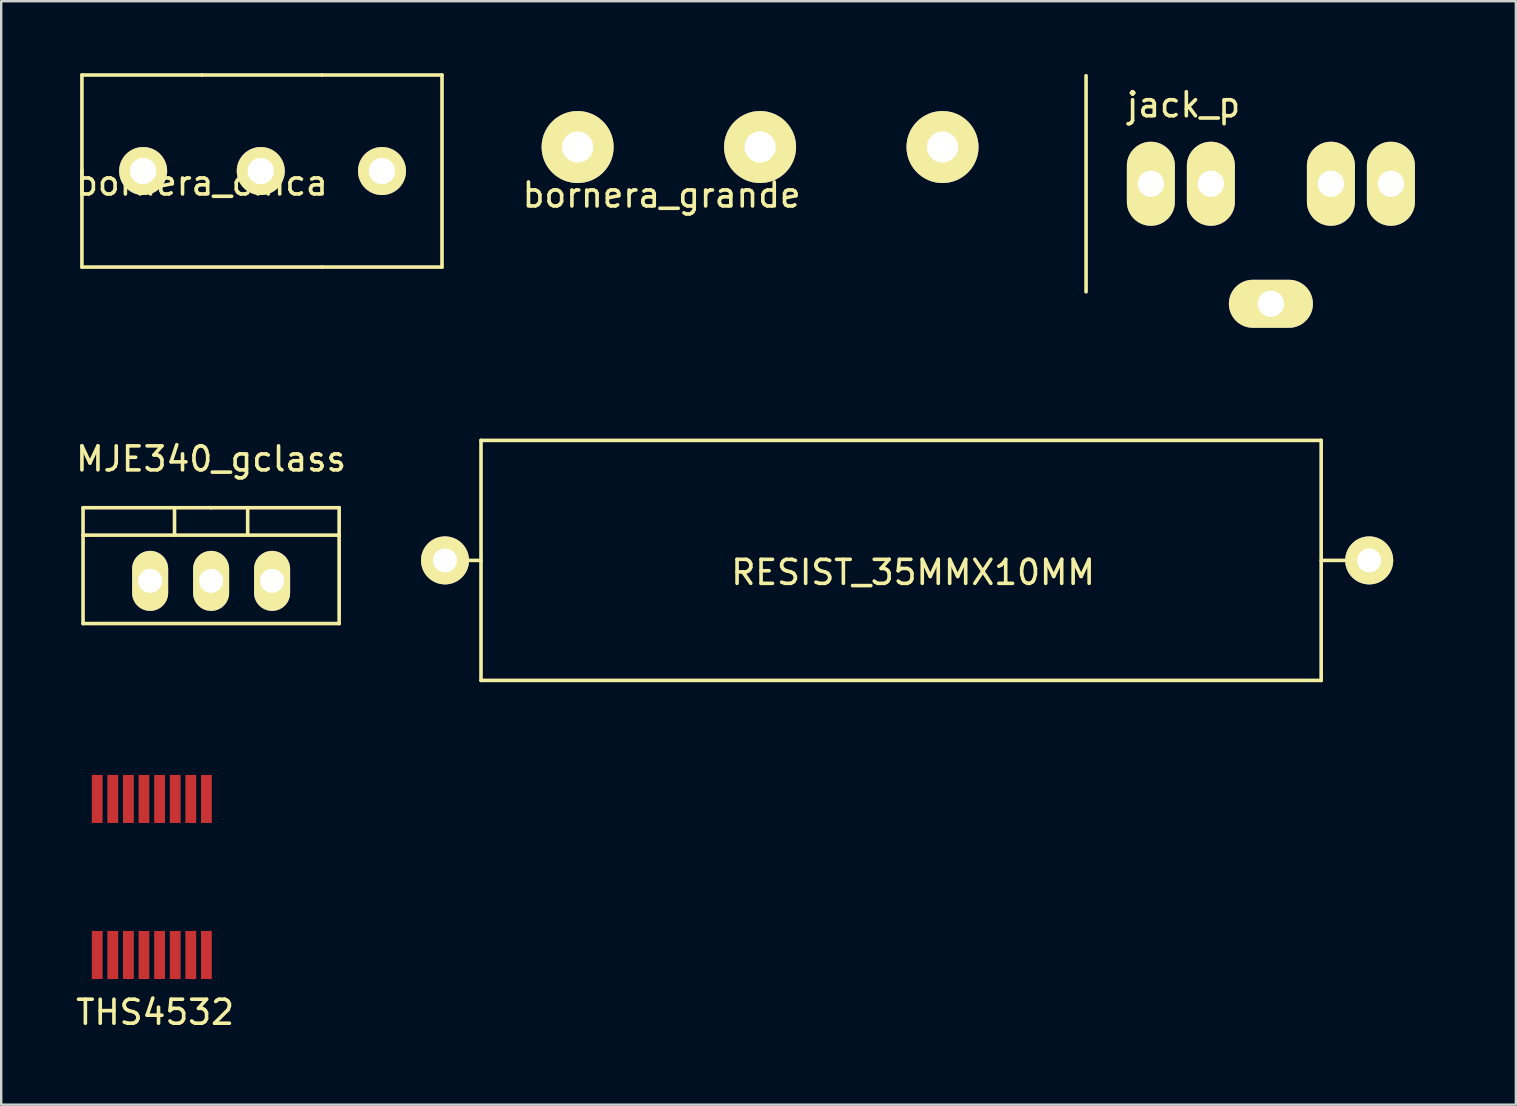
<source format=kicad_pcb>
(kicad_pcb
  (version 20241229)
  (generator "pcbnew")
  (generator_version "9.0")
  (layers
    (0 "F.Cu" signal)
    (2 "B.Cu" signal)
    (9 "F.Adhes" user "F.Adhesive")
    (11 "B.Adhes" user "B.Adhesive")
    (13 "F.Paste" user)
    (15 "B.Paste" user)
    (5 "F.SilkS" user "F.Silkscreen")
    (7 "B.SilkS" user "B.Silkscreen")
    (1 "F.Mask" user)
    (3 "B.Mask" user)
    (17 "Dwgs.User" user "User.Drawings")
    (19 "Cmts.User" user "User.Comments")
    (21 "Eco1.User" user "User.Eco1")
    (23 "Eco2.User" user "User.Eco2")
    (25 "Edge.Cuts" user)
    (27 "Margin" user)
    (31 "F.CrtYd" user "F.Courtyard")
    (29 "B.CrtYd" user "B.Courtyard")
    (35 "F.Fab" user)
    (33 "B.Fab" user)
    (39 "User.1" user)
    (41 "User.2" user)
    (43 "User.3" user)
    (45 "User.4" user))
  (footprint "bornera_grande"
    (layer "F.Cu")
    (at 21.013 3.075)
    (property "Reference" "bornera_grande" (at 3.5 2 0) (layer "F.SilkS") (effects (font (size 1 1) (thickness 0.15))))
    (attr through_hole)
    (fp_line (start -2.5 -3) (end 18 -3) (stroke (width 0.15) (type solid)) (layer "B.Paste"))
    (fp_line (start -2.5 3) (end -2.5 -3) (stroke (width 0.15) (type solid)) (layer "B.Paste"))
    (fp_line (start 18 -3) (end 18 3) (stroke (width 0.15) (type solid)) (layer "B.Paste"))
    (fp_line (start 18 3) (end -2.5 3) (stroke (width 0.15) (type solid)) (layer "B.Paste"))
    (pad "1" thru_hole circle (at 0 0) (size 3 3) (drill 1.3) (layers "*.Mask" "B.Cu" "F.SilkS"))
    (pad "2" thru_hole circle (at 7.6 0) (size 3 3) (drill 1.3) (layers "*.Mask" "B.Cu" "F.SilkS"))
    (pad "3" thru_hole circle (at 15.2 0) (size 3 3) (drill 1.3) (layers "*.Mask" "B.Cu" "F.SilkS")))
  (footprint "jack_p"
    (layer "F.Cu")
    (at 46.193 4.605)
    (property "Reference" "jack_p" (at 0.058 -3.289 180) (layer "F.SilkS") (effects (font (size 1 1) (thickness 0.15))))
    (attr through_hole)
    (fp_line (start -4 -4.501) (end -4 4.501) (stroke (width 0.15) (type solid)) (layer "F.SilkS"))
    (fp_line (start -4 -4.42) (end -4.03 -4.48) (stroke (width 0.15) (type solid)) (layer "B.Paste"))
    (fp_line (start -4 7.54) (end -4 -4.42) (stroke (width 0.15) (type solid)) (layer "B.Paste"))
    (fp_line (start -3.99 -4.5) (end 10.83 -4.53) (stroke (width 0.15) (type solid)) (layer "B.Paste"))
    (fp_line (start 10.81 7.48) (end -4 7.54) (stroke (width 0.15) (type solid)) (layer "B.Paste"))
    (fp_line (start 10.83 -4.53) (end 10.81 7.48) (stroke (width 0.15) (type solid)) (layer "B.Paste"))
    (pad "1" thru_hole oval (at 3.7 5 90) (size 2 3.5) (drill 1.1) (layers "*.Mask" "B.Cu" "F.SilkS"))
    (pad "2" thru_hole oval (at -1.3 0) (size 2 3.5) (drill 1.1) (layers "*.Mask" "B.Cu" "F.SilkS"))
    (pad "3" thru_hole oval (at 1.2 0) (size 2 3.5) (drill 1.1) (layers "*.Mask" "B.Cu" "F.SilkS"))
    (pad "4" thru_hole oval (at 6.2 0) (size 2 3.5) (drill 1.1) (layers "*.Mask" "B.Cu" "F.SilkS"))
    (pad "5" thru_hole oval (at 8.7 0) (size 2 3.5) (drill 1.1) (layers "*.Mask" "B.Cu" "F.SilkS")))
  (footprint "MJE340_gclass"
    (layer "F.Cu")
    (at 5.744 21.148)
    (property "Reference" "MJE340_gclass" (at 0 -5.08 0) (layer "F.SilkS") (effects (font (size 1 1) (thickness 0.15))))
    (attr through_hole)
    (fp_line (start -5.334 -1.905) (end -5.334 -3.048) (stroke (width 0.15) (type solid)) (layer "F.SilkS"))
    (fp_line (start -5.334 1.778) (end -5.334 -1.905) (stroke (width 0.15) (type solid)) (layer "F.SilkS"))
    (fp_line (start -1.524 -3.048) (end -1.524 -1.905) (stroke (width 0.15) (type solid)) (layer "F.SilkS"))
    (fp_line (start 0 -3.048) (end -5.334 -3.048) (stroke (width 0.15) (type solid)) (layer "F.SilkS"))
    (fp_line (start 0 -3.048) (end 5.334 -3.048) (stroke (width 0.15) (type solid)) (layer "F.SilkS"))
    (fp_line (start 1.524 -3.048) (end 1.524 -1.905) (stroke (width 0.15) (type solid)) (layer "F.SilkS"))
    (fp_line (start 5.334 -3.048) (end 5.334 -1.905) (stroke (width 0.15) (type solid)) (layer "F.SilkS"))
    (fp_line (start 5.334 -1.905) (end -5.334 -1.905) (stroke (width 0.15) (type solid)) (layer "F.SilkS"))
    (fp_line (start 5.334 -1.905) (end 5.334 1.778) (stroke (width 0.15) (type solid)) (layer "F.SilkS"))
    (fp_line (start 5.334 1.778) (end -5.334 1.778) (stroke (width 0.15) (type solid)) (layer "F.SilkS"))
    (pad "1" thru_hole oval (at -2.54 0 90) (size 2.499 1.501) (drill 1.001) (layers "*.Mask" "B.Cu" "F.SilkS"))
    (pad "2" thru_hole oval (at 0 0 90) (size 2.499 1.501) (drill 1.001) (layers "*.Mask" "B.Cu" "F.SilkS"))
    (pad "3" thru_hole oval (at 2.54 0 90) (size 2.499 1.501) (drill 1.001) (layers "*.Mask" "B.Cu" "F.SilkS")))
  (footprint "THS4532"
    (layer "F.Cu")
    (at 2.586 28.62)
    (property "Reference" "THS4532" (at 0.825 10.5 0) (layer "F.SilkS") (effects (font (size 1 1) (thickness 0.15))))
    (attr through_hole)
    (pad "1" smd rect (at -1.587 8.113 180) (size 0.45 2) (layers "F.Cu" "F.Mask" "F.Paste"))
    (pad "2" smd rect (at -0.938 8.113 180) (size 0.45 2) (layers "F.Cu" "F.Mask" "F.Paste"))
    (pad "3" smd rect (at -0.287 8.113 180) (size 0.45 2) (layers "F.Cu" "F.Mask" "F.Paste"))
    (pad "4" smd rect (at 0.362 8.113 180) (size 0.45 2) (layers "F.Cu" "F.Mask" "F.Paste"))
    (pad "5" smd rect (at 1.012 8.113 180) (size 0.45 2) (layers "F.Cu" "F.Mask" "F.Paste"))
    (pad "6" smd rect (at 1.663 8.113 180) (size 0.45 2) (layers "F.Cu" "F.Mask" "F.Paste"))
    (pad "7" smd rect (at 2.312 8.113 180) (size 0.45 2) (layers "F.Cu" "F.Mask" "F.Paste"))
    (pad "8" smd rect (at 2.962 8.113 180) (size 0.45 2) (layers "F.Cu" "F.Mask" "F.Paste"))
    (pad "9" smd rect (at 2.962 1.613 180) (size 0.45 2) (layers "F.Cu" "F.Mask" "F.Paste"))
    (pad "10" smd rect (at 2.312 1.613 180) (size 0.45 2) (layers "F.Cu" "F.Mask" "F.Paste"))
    (pad "11" smd rect (at 1.663 1.613 180) (size 0.45 2) (layers "F.Cu" "F.Mask" "F.Paste"))
    (pad "12" smd rect (at 1.012 1.613 180) (size 0.45 2) (layers "F.Cu" "F.Mask" "F.Paste"))
    (pad "13" smd rect (at 0.362 1.613 180) (size 0.45 2) (layers "F.Cu" "F.Mask" "F.Paste"))
    (pad "14" smd rect (at -0.287 1.613 180) (size 0.45 2) (layers "F.Cu" "F.Mask" "F.Paste"))
    (pad "15" smd rect (at -0.938 1.613 180) (size 0.45 2) (layers "F.Cu" "F.Mask" "F.Paste"))
    (pad "16" smd rect (at -1.587 1.613 180) (size 0.45 2) (layers "F.Cu" "F.Mask" "F.Paste")))
  (footprint "bornera_chica"
    (layer "F.Cu")
    (at 7.863 4.075)
    (property "Reference" "bornera_chica" (at -2.5 0.5 0) (layer "F.SilkS") (effects (font (size 1 1) (thickness 0.15))))
    (attr through_hole)
    (fp_line (start -7.5 -4) (end -2.5 -4) (stroke (width 0.15) (type solid)) (layer "F.SilkS"))
    (fp_line (start -7.5 4) (end -7.5 -4) (stroke (width 0.15) (type solid)) (layer "F.SilkS"))
    (fp_line (start -2.5 -4) (end 2.5 -4) (stroke (width 0.15) (type solid)) (layer "F.SilkS"))
    (fp_line (start 2.5 -4) (end 7.5 -4) (stroke (width 0.15) (type solid)) (layer "F.SilkS"))
    (fp_line (start 2.5 4) (end -7.5 4) (stroke (width 0.15) (type solid)) (layer "F.SilkS"))
    (fp_line (start 7.5 -4) (end 7.5 4) (stroke (width 0.15) (type solid)) (layer "F.SilkS"))
    (fp_line (start 7.5 4) (end 2.5 4) (stroke (width 0.15) (type solid)) (layer "F.SilkS"))
    (pad "1" thru_hole circle (at -4.95 0) (size 2 2) (drill 1.1) (layers "*.Mask" "B.Cu" "F.SilkS"))
    (pad "2" thru_hole circle (at -0.05 0) (size 2 2) (drill 1.1) (layers "*.Mask" "B.Cu" "F.SilkS"))
    (pad "3" thru_hole circle (at 5 0) (size 2 2) (drill 1.1) (layers "*.Mask" "B.Cu" "F.SilkS")))
  (footprint "RESIST_35MMX10MM"
    (layer "F.Cu")
    (at 34.488 20.295)
    (property "Reference" "RESIST_35MMX10MM" (at 0.5 0.5 0) (layer "F.SilkS") (effects (font (size 1 1) (thickness 0.15))))
    (attr through_hole)
    (fp_line (start -17.5 -5) (end 17.5 -5) (stroke (width 0.15) (type solid)) (layer "F.SilkS"))
    (fp_line (start -17.5 0) (end -18 0) (stroke (width 0.15) (type solid)) (layer "F.SilkS"))
    (fp_line (start -17.5 0) (end -17.5 -5) (stroke (width 0.15) (type solid)) (layer "F.SilkS"))
    (fp_line (start -17.5 5) (end -17.5 0) (stroke (width 0.15) (type solid)) (layer "F.SilkS"))
    (fp_line (start 17.5 -5) (end 17.5 5) (stroke (width 0.15) (type solid)) (layer "F.SilkS"))
    (fp_line (start 17.5 0) (end 18.5 0) (stroke (width 0.15) (type solid)) (layer "F.SilkS"))
    (fp_line (start 17.5 5) (end -17.5 5) (stroke (width 0.15) (type solid)) (layer "F.SilkS"))
    (pad "1" thru_hole circle (at -19 0) (size 2 2) (drill 1) (layers "*.Cu" "*.Mask" "F.SilkS"))
    (pad "2" thru_hole circle (at 19.5 0) (size 2 2) (drill 1) (layers "*.Cu" "*.Mask" "F.SilkS")))
  (gr_rect
    (start -3 -3)
    (end 60.098 42.968)
    (stroke (width 0.1) (type default))
    (fill no)
    (layer "Edge.Cuts")))
</source>
